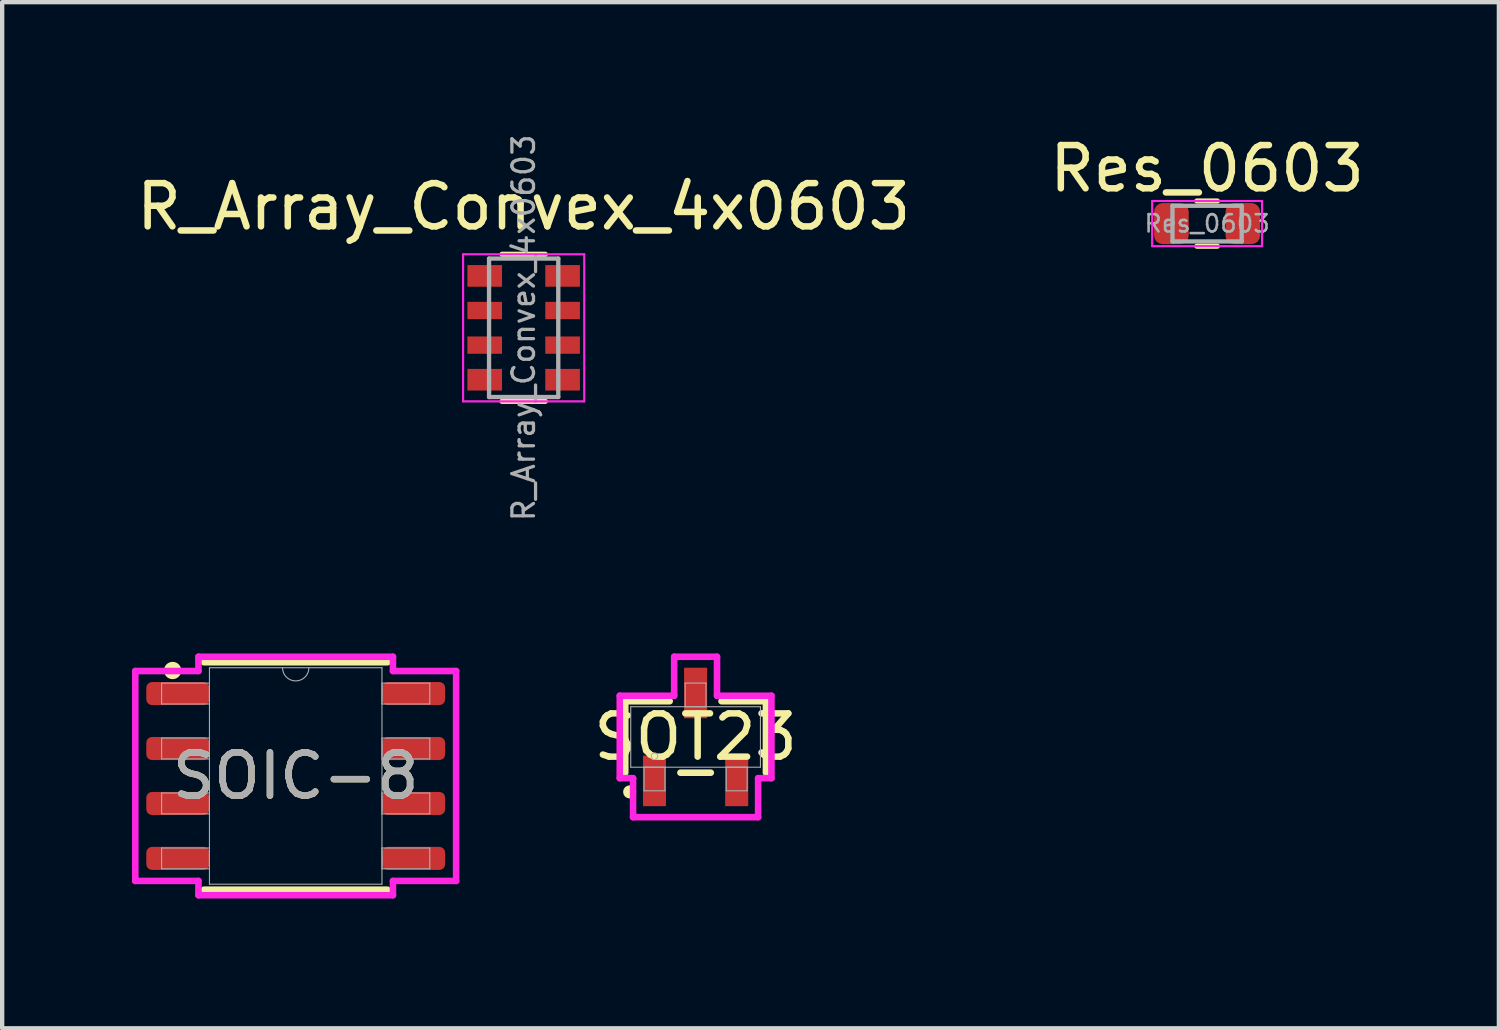
<source format=kicad_pcb>
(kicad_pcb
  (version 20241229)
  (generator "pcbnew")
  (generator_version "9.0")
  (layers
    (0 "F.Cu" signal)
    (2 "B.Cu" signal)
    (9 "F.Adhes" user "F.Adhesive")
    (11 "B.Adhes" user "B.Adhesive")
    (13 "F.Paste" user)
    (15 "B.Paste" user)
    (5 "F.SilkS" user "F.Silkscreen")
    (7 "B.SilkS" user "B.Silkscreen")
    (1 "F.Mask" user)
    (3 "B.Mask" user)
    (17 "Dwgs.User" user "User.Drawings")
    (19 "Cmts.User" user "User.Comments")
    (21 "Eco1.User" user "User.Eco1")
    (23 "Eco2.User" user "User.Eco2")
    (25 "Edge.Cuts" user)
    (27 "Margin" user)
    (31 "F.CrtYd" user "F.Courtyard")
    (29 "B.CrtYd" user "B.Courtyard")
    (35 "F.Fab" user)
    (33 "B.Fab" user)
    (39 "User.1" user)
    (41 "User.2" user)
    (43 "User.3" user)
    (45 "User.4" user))
  (footprint "R_Array_Convex_4x0603"
    (layer "F.Cu")
    (at 9.054 4.527)
    (property "Reference" "R_Array_Convex_4x0603" (at 0 -2.8 0) (layer "F.SilkS") (effects (font (size 1 1) (thickness 0.15))))
    (attr smd)
    (fp_line (start 0.5 -1.7) (end -0.5 -1.7) (stroke (width 0.12) (type solid)) (layer "F.SilkS"))
    (fp_line (start 0.5 1.7) (end -0.5 1.7) (stroke (width 0.12) (type solid)) (layer "F.SilkS"))
    (fp_line (start -1.4 -1.7) (end -1.4 1.7) (stroke (width 0.05) (type solid)) (layer "F.CrtYd"))
    (fp_line (start -1.4 -1.7) (end 1.4 -1.7) (stroke (width 0.05) (type solid)) (layer "F.CrtYd"))
    (fp_line (start 1.4 1.7) (end -1.4 1.7) (stroke (width 0.05) (type solid)) (layer "F.CrtYd"))
    (fp_line (start 1.4 1.7) (end 1.4 -1.7) (stroke (width 0.05) (type solid)) (layer "F.CrtYd"))
    (fp_line (start -0.8 -1.6) (end 0.8 -1.6) (stroke (width 0.1) (type solid)) (layer "F.Fab"))
    (fp_line (start -0.8 1.6) (end -0.8 -1.6) (stroke (width 0.1) (type solid)) (layer "F.Fab"))
    (fp_line (start 0.8 -1.6) (end 0.8 1.6) (stroke (width 0.1) (type solid)) (layer "F.Fab"))
    (fp_line (start 0.8 1.6) (end -0.8 1.6) (stroke (width 0.1) (type solid)) (layer "F.Fab"))
    (fp_text user "${REFERENCE}" (at 0 0 90) (layer "F.Fab") (effects (font (size 0.5 0.5) (thickness 0.075))))
    (pad "1" smd rect (at -0.9 -1.2) (size 0.8 0.5) (layers "F.Cu" "F.Mask" "F.Paste"))
    (pad "2" smd rect (at -0.9 -0.4) (size 0.8 0.4) (layers "F.Cu" "F.Mask" "F.Paste"))
    (pad "3" smd rect (at -0.9 0.4) (size 0.8 0.4) (layers "F.Cu" "F.Mask" "F.Paste"))
    (pad "4" smd rect (at -0.9 1.2) (size 0.8 0.5) (layers "F.Cu" "F.Mask" "F.Paste"))
    (pad "5" smd rect (at 0.9 1.2) (size 0.8 0.5) (layers "F.Cu" "F.Mask" "F.Paste"))
    (pad "6" smd rect (at 0.9 0.4) (size 0.8 0.4) (layers "F.Cu" "F.Mask" "F.Paste"))
    (pad "7" smd rect (at 0.9 -0.4) (size 0.8 0.4) (layers "F.Cu" "F.Mask" "F.Paste"))
    (pad "8" smd rect (at 0.9 -1.2) (size 0.8 0.5) (layers "F.Cu" "F.Mask" "F.Paste")))
  (footprint "SOIC-8"
    (layer "F.Cu")
    (at 3.785 14.886)
    (property "Reference" "SOIC-8" (at 0 0 0) (unlocked yes) (layer "F.SilkS") (effects (font (size 1 1) (thickness 0.15))))
    (attr smd)
    (fp_line (start -2.121 2.629) (end 2.121 2.629) (stroke (width 0.152) (type solid)) (layer "F.SilkS"))
    (fp_line (start 2.121 -2.629) (end -2.121 -2.629) (stroke (width 0.152) (type solid)) (layer "F.SilkS"))
    (fp_circle (center -2.845 -2.438) (end -2.745 -2.438) (stroke (width 0.2) (type solid)) (fill no) (layer "F.SilkS"))
    (fp_line (start -3.708 -2.426) (end -2.248 -2.426) (stroke (width 0.152) (type solid)) (layer "F.CrtYd"))
    (fp_line (start -3.708 2.426) (end -3.708 -2.426) (stroke (width 0.152) (type solid)) (layer "F.CrtYd"))
    (fp_line (start -3.708 2.426) (end -2.248 2.426) (stroke (width 0.152) (type solid)) (layer "F.CrtYd"))
    (fp_line (start -2.248 -2.756) (end 2.248 -2.756) (stroke (width 0.152) (type solid)) (layer "F.CrtYd"))
    (fp_line (start -2.248 -2.426) (end -2.248 -2.756) (stroke (width 0.152) (type solid)) (layer "F.CrtYd"))
    (fp_line (start -2.248 2.756) (end -2.248 2.426) (stroke (width 0.152) (type solid)) (layer "F.CrtYd"))
    (fp_line (start 2.248 -2.756) (end 2.248 -2.426) (stroke (width 0.152) (type solid)) (layer "F.CrtYd"))
    (fp_line (start 2.248 2.426) (end 2.248 2.756) (stroke (width 0.152) (type solid)) (layer "F.CrtYd"))
    (fp_line (start 2.248 2.756) (end -2.248 2.756) (stroke (width 0.152) (type solid)) (layer "F.CrtYd"))
    (fp_line (start 3.708 -2.426) (end 2.248 -2.426) (stroke (width 0.152) (type solid)) (layer "F.CrtYd"))
    (fp_line (start 3.708 -2.426) (end 3.708 2.426) (stroke (width 0.152) (type solid)) (layer "F.CrtYd"))
    (fp_line (start 3.708 2.426) (end 2.248 2.426) (stroke (width 0.152) (type solid)) (layer "F.CrtYd"))
    (fp_line (start -3.099 -2.146) (end -3.099 -1.664) (stroke (width 0.025) (type solid)) (layer "F.Fab"))
    (fp_line (start -3.099 -1.664) (end -1.994 -1.664) (stroke (width 0.025) (type solid)) (layer "F.Fab"))
    (fp_line (start -3.099 -0.876) (end -3.099 -0.394) (stroke (width 0.025) (type solid)) (layer "F.Fab"))
    (fp_line (start -3.099 -0.394) (end -1.994 -0.394) (stroke (width 0.025) (type solid)) (layer "F.Fab"))
    (fp_line (start -3.099 0.394) (end -3.099 0.876) (stroke (width 0.025) (type solid)) (layer "F.Fab"))
    (fp_line (start -3.099 0.876) (end -1.994 0.876) (stroke (width 0.025) (type solid)) (layer "F.Fab"))
    (fp_line (start -3.099 1.664) (end -3.099 2.146) (stroke (width 0.025) (type solid)) (layer "F.Fab"))
    (fp_line (start -3.099 2.146) (end -1.994 2.146) (stroke (width 0.025) (type solid)) (layer "F.Fab"))
    (fp_line (start -1.994 -2.502) (end -1.994 2.502) (stroke (width 0.025) (type solid)) (layer "F.Fab"))
    (fp_line (start -1.994 -2.146) (end -3.099 -2.146) (stroke (width 0.025) (type solid)) (layer "F.Fab"))
    (fp_line (start -1.994 -1.664) (end -1.994 -2.146) (stroke (width 0.025) (type solid)) (layer "F.Fab"))
    (fp_line (start -1.994 -0.876) (end -3.099 -0.876) (stroke (width 0.025) (type solid)) (layer "F.Fab"))
    (fp_line (start -1.994 -0.394) (end -1.994 -0.876) (stroke (width 0.025) (type solid)) (layer "F.Fab"))
    (fp_line (start -1.994 0.394) (end -3.099 0.394) (stroke (width 0.025) (type solid)) (layer "F.Fab"))
    (fp_line (start -1.994 0.876) (end -1.994 0.394) (stroke (width 0.025) (type solid)) (layer "F.Fab"))
    (fp_line (start -1.994 1.664) (end -3.099 1.664) (stroke (width 0.025) (type solid)) (layer "F.Fab"))
    (fp_line (start -1.994 2.146) (end -1.994 1.664) (stroke (width 0.025) (type solid)) (layer "F.Fab"))
    (fp_line (start -1.994 2.502) (end 1.994 2.502) (stroke (width 0.025) (type solid)) (layer "F.Fab"))
    (fp_line (start 1.994 -2.502) (end -1.994 -2.502) (stroke (width 0.025) (type solid)) (layer "F.Fab"))
    (fp_line (start 1.994 -2.146) (end 1.994 -1.664) (stroke (width 0.025) (type solid)) (layer "F.Fab"))
    (fp_line (start 1.994 -1.664) (end 3.099 -1.664) (stroke (width 0.025) (type solid)) (layer "F.Fab"))
    (fp_line (start 1.994 -0.876) (end 1.994 -0.394) (stroke (width 0.025) (type solid)) (layer "F.Fab"))
    (fp_line (start 1.994 -0.394) (end 3.099 -0.394) (stroke (width 0.025) (type solid)) (layer "F.Fab"))
    (fp_line (start 1.994 0.394) (end 1.994 0.876) (stroke (width 0.025) (type solid)) (layer "F.Fab"))
    (fp_line (start 1.994 0.876) (end 3.099 0.876) (stroke (width 0.025) (type solid)) (layer "F.Fab"))
    (fp_line (start 1.994 1.664) (end 1.994 2.146) (stroke (width 0.025) (type solid)) (layer "F.Fab"))
    (fp_line (start 1.994 2.146) (end 3.099 2.146) (stroke (width 0.025) (type solid)) (layer "F.Fab"))
    (fp_line (start 1.994 2.502) (end 1.994 -2.502) (stroke (width 0.025) (type solid)) (layer "F.Fab"))
    (fp_line (start 3.099 -2.146) (end 1.994 -2.146) (stroke (width 0.025) (type solid)) (layer "F.Fab"))
    (fp_line (start 3.099 -1.664) (end 3.099 -2.146) (stroke (width 0.025) (type solid)) (layer "F.Fab"))
    (fp_line (start 3.099 -0.876) (end 1.994 -0.876) (stroke (width 0.025) (type solid)) (layer "F.Fab"))
    (fp_line (start 3.099 -0.394) (end 3.099 -0.876) (stroke (width 0.025) (type solid)) (layer "F.Fab"))
    (fp_line (start 3.099 0.394) (end 1.994 0.394) (stroke (width 0.025) (type solid)) (layer "F.Fab"))
    (fp_line (start 3.099 0.876) (end 3.099 0.394) (stroke (width 0.025) (type solid)) (layer "F.Fab"))
    (fp_line (start 3.099 1.664) (end 1.994 1.664) (stroke (width 0.025) (type solid)) (layer "F.Fab"))
    (fp_line (start 3.099 2.146) (end 3.099 1.664) (stroke (width 0.025) (type solid)) (layer "F.Fab"))
    (fp_arc (start 0.3048 -2.5019) (mid 0 -2.1971) (end -0.3048 -2.5019) (stroke (width 0.0254) (type solid)) (layer "F.Fab"))
    (fp_text user "${REFERENCE}" (at 0 0 0) (unlocked yes) (layer "F.Fab") (effects (font (size 1 1) (thickness 0.15))))
    (pad "1" smd roundrect (at -2.724 -1.905) (size 1.46 0.533) (layers "F.Cu" "F.Mask" "F.Paste") (roundrect_rratio 0.25))
    (pad "2" smd roundrect (at -2.724 -0.635) (size 1.46 0.533) (layers "F.Cu" "F.Mask" "F.Paste") (roundrect_rratio 0.25))
    (pad "3" smd roundrect (at -2.724 0.635) (size 1.46 0.533) (layers "F.Cu" "F.Mask" "F.Paste") (roundrect_rratio 0.25))
    (pad "4" smd roundrect (at -2.724 1.905) (size 1.46 0.533) (layers "F.Cu" "F.Mask" "F.Paste") (roundrect_rratio 0.25))
    (pad "5" smd roundrect (at 2.724 1.905) (size 1.46 0.533) (layers "F.Cu" "F.Mask" "F.Paste") (roundrect_rratio 0.25))
    (pad "6" smd roundrect (at 2.724 0.635) (size 1.46 0.533) (layers "F.Cu" "F.Mask" "F.Paste") (roundrect_rratio 0.25))
    (pad "7" smd roundrect (at 2.724 -0.635) (size 1.46 0.533) (layers "F.Cu" "F.Mask" "F.Paste") (roundrect_rratio 0.25))
    (pad "8" smd roundrect (at 2.724 -1.905) (size 1.46 0.533) (layers "F.Cu" "F.Mask" "F.Paste") (roundrect_rratio 0.25)))
  (footprint "SOT23"
    (layer "F.Cu")
    (at 13.028 13.984)
    (property "Reference" "SOT23" (at 0 0 0) (unlocked yes) (layer "F.SilkS") (effects (font (size 1 1) (thickness 0.15))))
    (attr smd)
    (fp_line (start -1.626 -0.826) (end -1.626 0.826) (stroke (width 0.152) (type solid)) (layer "F.SilkS"))
    (fp_line (start -0.599 -0.826) (end -1.626 -0.826) (stroke (width 0.152) (type solid)) (layer "F.SilkS"))
    (fp_line (start -0.351 0.826) (end 0.351 0.826) (stroke (width 0.152) (type solid)) (layer "F.SilkS"))
    (fp_line (start 1.626 -0.826) (end 0.599 -0.826) (stroke (width 0.152) (type solid)) (layer "F.SilkS"))
    (fp_line (start 1.626 0.826) (end 1.626 -0.826) (stroke (width 0.152) (type solid)) (layer "F.SilkS"))
    (fp_circle (center -1.524 1.27) (end -1.448 1.27) (stroke (width 0.152) (type solid)) (fill no) (layer "F.SilkS"))
    (fp_line (start -1.753 -0.953) (end -0.495 -0.953) (stroke (width 0.152) (type solid)) (layer "F.CrtYd"))
    (fp_line (start -1.753 0.953) (end -1.753 -0.953) (stroke (width 0.152) (type solid)) (layer "F.CrtYd"))
    (fp_line (start -1.753 0.953) (end -1.445 0.953) (stroke (width 0.152) (type solid)) (layer "F.CrtYd"))
    (fp_line (start -1.445 0.953) (end -1.445 1.854) (stroke (width 0.152) (type solid)) (layer "F.CrtYd"))
    (fp_line (start -1.445 1.854) (end 1.445 1.854) (stroke (width 0.152) (type solid)) (layer "F.CrtYd"))
    (fp_line (start -0.495 -1.854) (end 0.495 -1.854) (stroke (width 0.152) (type solid)) (layer "F.CrtYd"))
    (fp_line (start -0.495 -0.953) (end -0.495 -1.854) (stroke (width 0.152) (type solid)) (layer "F.CrtYd"))
    (fp_line (start 0.495 -0.953) (end 0.495 -1.854) (stroke (width 0.152) (type solid)) (layer "F.CrtYd"))
    (fp_line (start 1.445 0.953) (end 1.445 1.854) (stroke (width 0.152) (type solid)) (layer "F.CrtYd"))
    (fp_line (start 1.753 -0.953) (end 0.495 -0.953) (stroke (width 0.152) (type solid)) (layer "F.CrtYd"))
    (fp_line (start 1.753 -0.953) (end 1.753 0.953) (stroke (width 0.152) (type solid)) (layer "F.CrtYd"))
    (fp_line (start 1.753 0.953) (end 1.445 0.953) (stroke (width 0.152) (type solid)) (layer "F.CrtYd"))
    (fp_line (start -1.499 -0.699) (end -1.499 0.699) (stroke (width 0.025) (type solid)) (layer "F.Fab"))
    (fp_line (start -1.499 0.699) (end 1.499 0.699) (stroke (width 0.025) (type solid)) (layer "F.Fab"))
    (fp_line (start -1.191 0.699) (end -1.191 1.245) (stroke (width 0.025) (type solid)) (layer "F.Fab"))
    (fp_line (start -1.191 1.245) (end -0.709 1.245) (stroke (width 0.025) (type solid)) (layer "F.Fab"))
    (fp_line (start -0.709 0.699) (end -1.191 0.699) (stroke (width 0.025) (type solid)) (layer "F.Fab"))
    (fp_line (start -0.709 1.245) (end -0.709 0.699) (stroke (width 0.025) (type solid)) (layer "F.Fab"))
    (fp_line (start -0.241 -1.245) (end -0.241 -0.699) (stroke (width 0.025) (type solid)) (layer "F.Fab"))
    (fp_line (start -0.241 -0.699) (end 0.241 -0.699) (stroke (width 0.025) (type solid)) (layer "F.Fab"))
    (fp_line (start 0.241 -1.245) (end -0.241 -1.245) (stroke (width 0.025) (type solid)) (layer "F.Fab"))
    (fp_line (start 0.241 -0.699) (end 0.241 -1.245) (stroke (width 0.025) (type solid)) (layer "F.Fab"))
    (fp_line (start 0.709 0.699) (end 0.709 1.245) (stroke (width 0.025) (type solid)) (layer "F.Fab"))
    (fp_line (start 0.709 1.245) (end 1.191 1.245) (stroke (width 0.025) (type solid)) (layer "F.Fab"))
    (fp_line (start 1.191 0.699) (end 0.709 0.699) (stroke (width 0.025) (type solid)) (layer "F.Fab"))
    (fp_line (start 1.191 1.245) (end 1.191 0.699) (stroke (width 0.025) (type solid)) (layer "F.Fab"))
    (fp_line (start 1.499 -0.699) (end -1.499 -0.699) (stroke (width 0.025) (type solid)) (layer "F.Fab"))
    (fp_line (start 1.499 0.699) (end 1.499 -0.699) (stroke (width 0.025) (type solid)) (layer "F.Fab"))
    (fp_circle (center -0.95 0.445) (end -0.874 0.445) (stroke (width 0.025) (type solid)) (fill no) (layer "F.Fab"))
    (pad "1" smd rect (at -0.95 1.016) (size 0.533 1.168) (layers "F.Cu" "F.Mask" "F.Paste"))
    (pad "2" smd rect (at 0.95 1.016) (size 0.533 1.168) (layers "F.Cu" "F.Mask" "F.Paste"))
    (pad "3" smd rect (at 0 -1.016) (size 0.533 1.168) (layers "F.Cu" "F.Mask" "F.Paste")))
  (footprint "Res_0603"
    (layer "F.Cu")
    (at 24.851 2.118)
    (property "Reference" "Res_0603" (at 0 -1.27 0) (layer "F.SilkS") (effects (font (size 1 1) (thickness 0.15))))
    (attr smd)
    (fp_line (start -0.237 -0.522) (end 0.237 -0.522) (stroke (width 0.12) (type solid)) (layer "F.SilkS"))
    (fp_line (start -0.237 0.522) (end 0.237 0.522) (stroke (width 0.12) (type solid)) (layer "F.SilkS"))
    (fp_line (start -1.27 -0.522) (end 1.27 -0.522) (stroke (width 0.05) (type solid)) (layer "F.CrtYd"))
    (fp_line (start -1.27 0.522) (end -1.27 -0.522) (stroke (width 0.05) (type solid)) (layer "F.CrtYd"))
    (fp_line (start 1.27 -0.522) (end 1.27 0.522) (stroke (width 0.05) (type solid)) (layer "F.CrtYd"))
    (fp_line (start 1.27 0.522) (end -1.27 0.522) (stroke (width 0.05) (type solid)) (layer "F.CrtYd"))
    (fp_line (start -0.8 -0.412) (end 0.8 -0.412) (stroke (width 0.1) (type solid)) (layer "F.Fab"))
    (fp_line (start -0.8 0.412) (end -0.8 -0.412) (stroke (width 0.1) (type solid)) (layer "F.Fab"))
    (fp_line (start 0.8 -0.412) (end 0.8 0.412) (stroke (width 0.1) (type solid)) (layer "F.Fab"))
    (fp_line (start 0.8 0.412) (end -0.8 0.412) (stroke (width 0.1) (type solid)) (layer "F.Fab"))
    (fp_text user "${REFERENCE}" (at 0 0 0) (layer "F.Fab") (effects (font (size 0.4 0.4) (thickness 0.06))))
    (pad "1" smd roundrect (at -0.825 0) (size 0.8 0.95) (layers "F.Cu" "F.Mask" "F.Paste") (roundrect_rratio 0.25))
    (pad "2" smd roundrect (at 0.825 0) (size 0.8 0.95) (layers "F.Cu" "F.Mask" "F.Paste") (roundrect_rratio 0.25)))
  (gr_rect
    (start -3 -3)
    (end 31.595 20.718)
    (stroke (width 0.1) (type default))
    (fill no)
    (layer "Edge.Cuts")))
</source>
